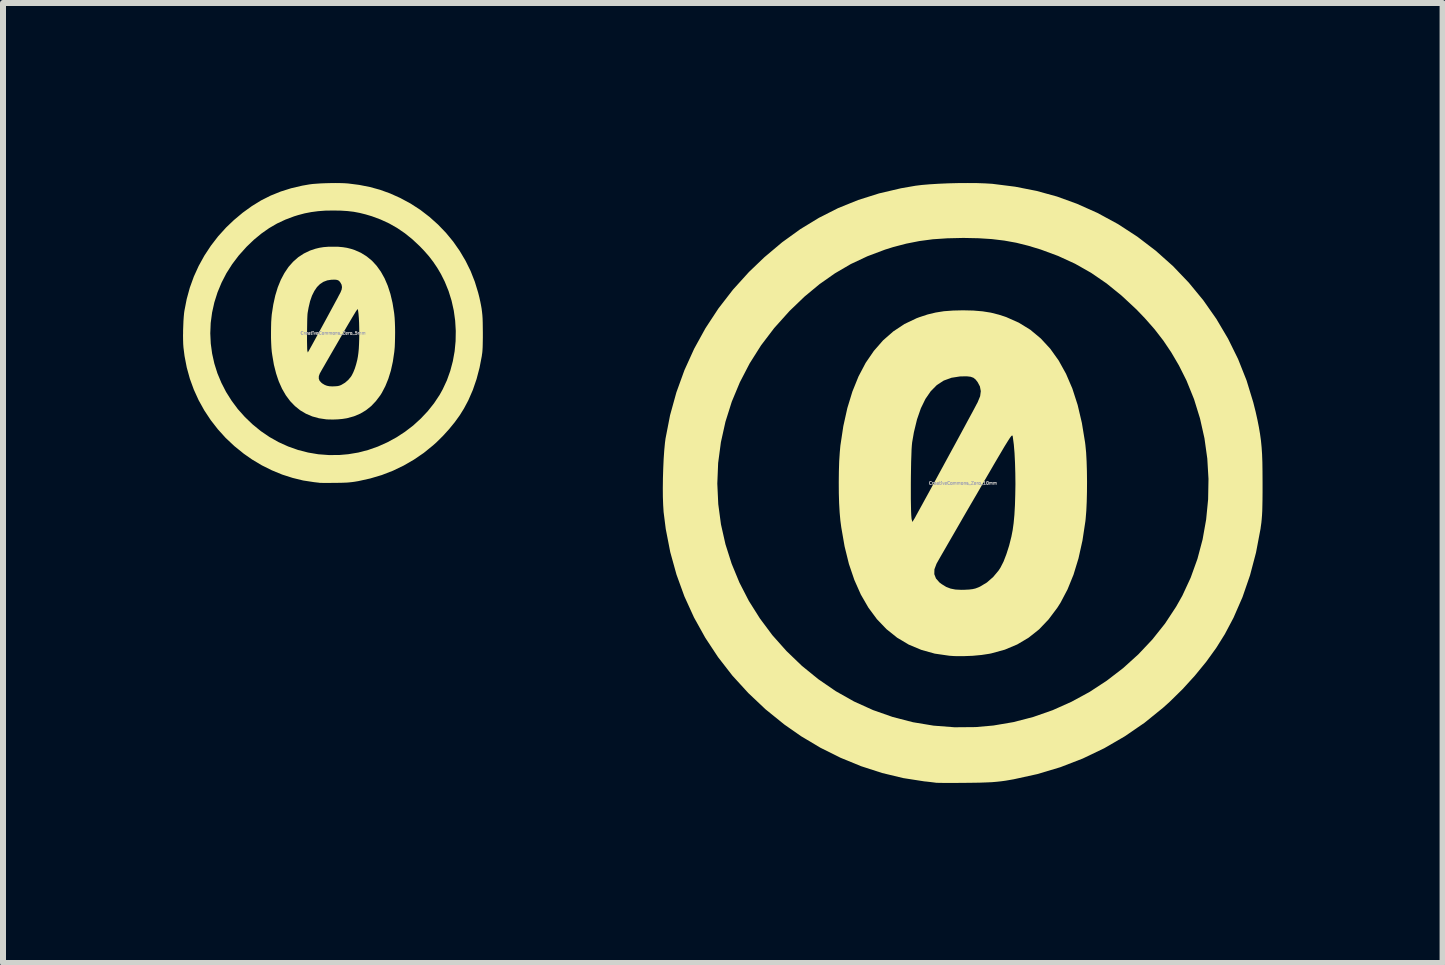
<source format=kicad_pcb>
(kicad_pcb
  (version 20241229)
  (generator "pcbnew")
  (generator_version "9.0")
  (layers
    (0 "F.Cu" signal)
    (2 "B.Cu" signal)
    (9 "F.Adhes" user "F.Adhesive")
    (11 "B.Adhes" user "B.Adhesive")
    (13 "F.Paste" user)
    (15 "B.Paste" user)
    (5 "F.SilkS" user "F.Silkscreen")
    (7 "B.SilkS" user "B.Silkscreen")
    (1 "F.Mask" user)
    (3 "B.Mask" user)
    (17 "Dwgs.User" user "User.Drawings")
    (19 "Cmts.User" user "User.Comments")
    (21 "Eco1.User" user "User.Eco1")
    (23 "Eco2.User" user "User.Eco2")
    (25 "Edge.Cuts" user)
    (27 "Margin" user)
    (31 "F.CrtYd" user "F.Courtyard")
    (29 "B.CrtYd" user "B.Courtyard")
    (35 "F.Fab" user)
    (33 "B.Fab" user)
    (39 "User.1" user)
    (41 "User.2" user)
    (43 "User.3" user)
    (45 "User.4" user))
  (footprint "CreativeCommons_Zero_5mm"
    (layer "F.Cu")
    (at 2.5 2.5)
    (property "Reference" "CreativeCommons_Zero_5mm" (at 0 0 0) (layer "F.Fab") (effects (font (size 0.05 0.05) (thickness 0.013))))
    (attr board_only exclude_from_pos_files exclude_from_bom)
    (fp_poly (pts (xy 0.087 -1.438) (xy 0.163 -1.431) (xy 0.233 -1.42) (xy 0.3 -1.403) (xy 0.361 -1.383) (xy 0.465 -1.337) (xy 0.561 -1.277) (xy 0.649 -1.205) (xy 0.727 -1.12) (xy 0.797 -1.022) (xy 0.859 -0.911) (xy 0.912 -0.787) (xy 0.956 -0.651) (xy 0.991 -0.502) (xy 1.017 -0.341) (xy 1.02 -0.316) (xy 1.026 -0.255) (xy 1.03 -0.182) (xy 1.033 -0.1) (xy 1.034 -0.015) (xy 1.033 0.072) (xy 1.031 0.155) (xy 1.028 0.232) (xy 1.022 0.297) (xy 1.02 0.316) (xy 0.996 0.478) (xy 0.963 0.627) (xy 0.921 0.762) (xy 0.871 0.885) (xy 0.813 0.996) (xy 0.786 1.039) (xy 0.713 1.135) (xy 0.634 1.218) (xy 0.547 1.287) (xy 0.453 1.343) (xy 0.349 1.387) (xy 0.236 1.418) (xy 0.221 1.421) (xy 0.156 1.431) (xy 0.081 1.438) (xy 0.004 1.441) (xy -0.07 1.44) (xy -0.113 1.438) (xy -0.234 1.42) (xy -0.347 1.389) (xy -0.452 1.344) (xy -0.548 1.287) (xy -0.636 1.216) (xy -0.716 1.133) (xy -0.787 1.037) (xy -0.85 0.928) (xy -0.904 0.807) (xy -0.921 0.758) (xy -0.238 0.758) (xy -0.225 0.794) (xy -0.195 0.827) (xy -0.176 0.842) (xy -0.139 0.864) (xy -0.103 0.878) (xy -0.063 0.886) (xy -0.014 0.889) (xy 0.012 0.888) (xy 0.052 0.886) (xy 0.08 0.883) (xy 0.105 0.877) (xy 0.129 0.868) (xy 0.143 0.861) (xy 0.2 0.827) (xy 0.253 0.781) (xy 0.298 0.727) (xy 0.313 0.703) (xy 0.338 0.653) (xy 0.363 0.591) (xy 0.385 0.52) (xy 0.404 0.445) (xy 0.414 0.391) (xy 0.422 0.333) (xy 0.429 0.263) (xy 0.433 0.183) (xy 0.436 0.097) (xy 0.437 0.008) (xy 0.436 -0.082) (xy 0.434 -0.169) (xy 0.43 -0.25) (xy 0.424 -0.322) (xy 0.416 -0.382) (xy 0.415 -0.387) (xy 0.414 -0.392) (xy 0.413 -0.396) (xy 0.41 -0.397) (xy 0.406 -0.395) (xy 0.4 -0.388) (xy 0.392 -0.377) (xy 0.38 -0.36) (xy 0.365 -0.335) (xy 0.346 -0.304) (xy 0.322 -0.264) (xy 0.293 -0.215) (xy 0.258 -0.156) (xy 0.217 -0.086) (xy 0.17 -0.004) (xy 0.115 0.09) (xy 0.102 0.113) (xy 0.053 0.198) (xy 0.006 0.279) (xy -0.038 0.355) (xy -0.079 0.426) (xy -0.116 0.49) (xy -0.148 0.546) (xy -0.176 0.594) (xy -0.197 0.631) (xy -0.212 0.658) (xy -0.22 0.672) (xy -0.221 0.674) (xy -0.237 0.718) (xy -0.238 0.758) (xy -0.921 0.758) (xy -0.949 0.673) (xy -0.986 0.527) (xy -1.013 0.368) (xy -1.021 0.313) (xy -1.027 0.246) (xy -1.031 0.168) (xy -1.034 0.082) (xy -1.034 0.071) (xy -0.434 0.071) (xy -0.434 0.131) (xy -0.433 0.185) (xy -0.432 0.231) (xy -0.431 0.268) (xy -0.429 0.292) (xy -0.427 0.3) (xy -0.421 0.324) (xy -0.407 0.3) (xy -0.401 0.29) (xy -0.388 0.266) (xy -0.369 0.232) (xy -0.344 0.187) (xy -0.315 0.134) (xy -0.281 0.072) (xy -0.245 0.005) (xy -0.205 -0.068) (xy -0.163 -0.145) (xy -0.146 -0.176) (xy -0.103 -0.255) (xy -0.062 -0.331) (xy -0.023 -0.403) (xy 0.013 -0.469) (xy 0.045 -0.529) (xy 0.073 -0.58) (xy 0.095 -0.623) (xy 0.112 -0.654) (xy 0.122 -0.673) (xy 0.124 -0.677) (xy 0.143 -0.724) (xy 0.149 -0.766) (xy 0.142 -0.806) (xy 0.123 -0.841) (xy 0.106 -0.863) (xy 0.087 -0.878) (xy 0.064 -0.886) (xy 0.033 -0.89) (xy -0.009 -0.889) (xy -0.025 -0.889) (xy -0.096 -0.878) (xy -0.16 -0.854) (xy -0.217 -0.817) (xy -0.268 -0.766) (xy -0.312 -0.701) (xy -0.351 -0.623) (xy -0.383 -0.531) (xy -0.408 -0.424) (xy -0.423 -0.34) (xy -0.426 -0.316) (xy -0.428 -0.279) (xy -0.43 -0.233) (xy -0.431 -0.179) (xy -0.432 -0.119) (xy -0.433 -0.056) (xy -0.434 0.008) (xy -0.434 0.071) (xy -1.034 0.071) (xy -1.034 -0.007) (xy -1.033 -0.096) (xy -1.031 -0.181) (xy -1.026 -0.258) (xy -1.021 -0.313) (xy -0.996 -0.475) (xy -0.963 -0.625) (xy -0.921 -0.763) (xy -0.87 -0.888) (xy -0.81 -1.001) (xy -0.742 -1.102) (xy -0.665 -1.189) (xy -0.58 -1.264) (xy -0.487 -1.325) (xy -0.385 -1.374) (xy -0.362 -1.382) (xy -0.293 -1.405) (xy -0.227 -1.421) (xy -0.158 -1.432) (xy -0.083 -1.438) (xy 0 -1.439)) (stroke (width 0) (type solid)) (fill yes) (layer "F.SilkS"))
    (fp_poly (pts (xy 0.118 -2.499) (xy 0.187 -2.497) (xy 0.245 -2.493) (xy 0.248 -2.493) (xy 0.435 -2.469) (xy 0.613 -2.434) (xy 0.784 -2.387) (xy 0.95 -2.327) (xy 1.115 -2.253) (xy 1.121 -2.25) (xy 1.292 -2.158) (xy 1.454 -2.053) (xy 1.606 -1.936) (xy 1.749 -1.808) (xy 1.881 -1.671) (xy 2.002 -1.524) (xy 2.111 -1.368) (xy 2.208 -1.204) (xy 2.292 -1.034) (xy 2.362 -0.856) (xy 2.418 -0.673) (xy 2.438 -0.594) (xy 2.453 -0.526) (xy 2.465 -0.466) (xy 2.475 -0.41) (xy 2.482 -0.356) (xy 2.488 -0.3) (xy 2.492 -0.24) (xy 2.494 -0.174) (xy 2.495 -0.098) (xy 2.496 -0.009) (xy 2.496 0) (xy 2.496 0.076) (xy 2.495 0.138) (xy 2.494 0.189) (xy 2.493 0.232) (xy 2.491 0.268) (xy 2.489 0.3) (xy 2.486 0.331) (xy 2.481 0.362) (xy 2.479 0.381) (xy 2.441 0.578) (xy 2.391 0.768) (xy 2.329 0.949) (xy 2.254 1.121) (xy 2.181 1.258) (xy 2.11 1.372) (xy 2.026 1.488) (xy 1.932 1.603) (xy 1.83 1.715) (xy 1.722 1.822) (xy 1.667 1.871) (xy 1.512 1.997) (xy 1.348 2.109) (xy 1.177 2.208) (xy 0.998 2.294) (xy 0.812 2.366) (xy 0.62 2.423) (xy 0.422 2.467) (xy 0.356 2.478) (xy 0.319 2.483) (xy 0.282 2.487) (xy 0.242 2.491) (xy 0.195 2.493) (xy 0.14 2.495) (xy 0.074 2.496) (xy 0.027 2.496) (xy -0.032 2.497) (xy -0.087 2.497) (xy -0.135 2.497) (xy -0.176 2.497) (xy -0.205 2.496) (xy -0.221 2.496) (xy -0.223 2.496) (xy -0.241 2.493) (xy -0.269 2.49) (xy -0.304 2.486) (xy -0.32 2.484) (xy -0.497 2.457) (xy -0.673 2.414) (xy -0.848 2.358) (xy -1.02 2.287) (xy -1.187 2.204) (xy -1.348 2.108) (xy -1.487 2.011) (xy -1.643 1.885) (xy -1.788 1.749) (xy -1.92 1.603) (xy -2.039 1.45) (xy -2.146 1.288) (xy -2.24 1.119) (xy -2.32 0.943) (xy -2.386 0.762) (xy -2.438 0.574) (xy -2.475 0.382) (xy -2.493 0.239) (xy -2.497 0.183) (xy -2.499 0.115) (xy -2.5 0.039) (xy -2.499 0.004) (xy -2.046 0.004) (xy -2.038 0.175) (xy -2.015 0.343) (xy -1.978 0.509) (xy -1.927 0.671) (xy -1.861 0.829) (xy -1.783 0.981) (xy -1.691 1.127) (xy -1.587 1.267) (xy -1.47 1.398) (xy -1.342 1.521) (xy -1.205 1.633) (xy -1.06 1.732) (xy -0.907 1.818) (xy -0.748 1.89) (xy -0.584 1.948) (xy -0.416 1.991) (xy -0.245 2.02) (xy -0.07 2.033) (xy 0.106 2.032) (xy 0.253 2.019) (xy 0.421 1.991) (xy 0.586 1.948) (xy 0.748 1.891) (xy 0.904 1.821) (xy 1.055 1.739) (xy 1.199 1.645) (xy 1.335 1.541) (xy 1.461 1.426) (xy 1.578 1.302) (xy 1.683 1.17) (xy 1.776 1.03) (xy 1.827 0.938) (xy 1.897 0.788) (xy 1.953 0.631) (xy 1.996 0.469) (xy 2.026 0.303) (xy 2.042 0.135) (xy 2.045 -0.035) (xy 2.035 -0.205) (xy 2.012 -0.373) (xy 1.975 -0.539) (xy 1.925 -0.7) (xy 1.862 -0.855) (xy 1.799 -0.981) (xy 1.736 -1.088) (xy 1.669 -1.187) (xy 1.597 -1.281) (xy 1.514 -1.375) (xy 1.446 -1.446) (xy 1.322 -1.562) (xy 1.197 -1.663) (xy 1.068 -1.751) (xy 0.934 -1.827) (xy 0.793 -1.892) (xy 0.648 -1.946) (xy 0.544 -1.977) (xy 0.444 -2.002) (xy 0.344 -2.021) (xy 0.241 -2.033) (xy 0.13 -2.04) (xy 0.009 -2.042) (xy 0 -2.042) (xy -0.131 -2.04) (xy -0.25 -2.031) (xy -0.363 -2.016) (xy -0.472 -1.995) (xy -0.581 -1.966) (xy -0.649 -1.945) (xy -0.795 -1.89) (xy -0.934 -1.825) (xy -1.066 -1.748) (xy -1.194 -1.658) (xy -1.319 -1.555) (xy -1.442 -1.437) (xy -1.45 -1.428) (xy -1.572 -1.292) (xy -1.681 -1.148) (xy -1.777 -0.997) (xy -1.858 -0.84) (xy -1.925 -0.679) (xy -1.978 -0.512) (xy -2.016 -0.341) (xy -2.039 -0.168) (xy -2.046 0.004) (xy -2.499 0.004) (xy -2.499 -0.041) (xy -2.496 -0.122) (xy -2.493 -0.201) (xy -2.488 -0.273) (xy -2.482 -0.336) (xy -2.477 -0.371) (xy -2.439 -0.566) (xy -2.387 -0.756) (xy -2.32 -0.941) (xy -2.239 -1.119) (xy -2.144 -1.291) (xy -2.036 -1.455) (xy -1.916 -1.611) (xy -1.782 -1.759) (xy -1.653 -1.882) (xy -1.505 -2.006) (xy -1.354 -2.115) (xy -1.2 -2.21) (xy -1.039 -2.291) (xy -0.873 -2.358) (xy -0.699 -2.413) (xy -0.515 -2.456) (xy -0.395 -2.477) (xy -0.342 -2.484) (xy -0.276 -2.489) (xy -0.202 -2.494) (xy -0.122 -2.497) (xy -0.04 -2.499) (xy 0.041 -2.5)) (stroke (width 0) (type solid)) (fill yes) (layer "F.SilkS")))
  (footprint "CreativeCommons_Zero_10mm"
    (layer "F.Cu")
    (at 12.996 5.001)
    (property "Reference" "CreativeCommons_Zero_10mm" (at 0 0 0) (layer "F.Fab") (effects (font (size 0.05 0.05) (thickness 0.013))))
    (attr board_only exclude_from_pos_files exclude_from_bom)
    (fp_poly (pts (xy 0.174 -2.876) (xy 0.327 -2.863) (xy 0.466 -2.841) (xy 0.6 -2.807) (xy 0.722 -2.767) (xy 0.931 -2.674) (xy 1.123 -2.556) (xy 1.297 -2.411) (xy 1.455 -2.24) (xy 1.595 -2.044) (xy 1.718 -1.822) (xy 1.824 -1.575) (xy 1.912 -1.302) (xy 1.982 -1.004) (xy 2.035 -0.681) (xy 2.041 -0.633) (xy 2.053 -0.51) (xy 2.061 -0.363) (xy 2.066 -0.201) (xy 2.068 -0.029) (xy 2.067 0.144) (xy 2.063 0.31) (xy 2.056 0.463) (xy 2.045 0.595) (xy 2.041 0.633) (xy 1.992 0.956) (xy 1.926 1.253) (xy 1.843 1.525) (xy 1.743 1.771) (xy 1.626 1.993) (xy 1.572 2.078) (xy 1.427 2.271) (xy 1.269 2.437) (xy 1.095 2.575) (xy 0.905 2.688) (xy 0.698 2.775) (xy 0.472 2.837) (xy 0.442 2.843) (xy 0.312 2.863) (xy 0.163 2.877) (xy 0.008 2.883) (xy -0.141 2.882) (xy -0.227 2.876) (xy -0.469 2.841) (xy -0.694 2.778) (xy -0.904 2.69) (xy -1.097 2.575) (xy -1.273 2.434) (xy -1.433 2.267) (xy -1.575 2.075) (xy -1.701 1.857) (xy -1.809 1.614) (xy -1.842 1.517) (xy -0.477 1.517) (xy -0.449 1.589) (xy -0.391 1.655) (xy -0.352 1.684) (xy -0.279 1.729) (xy -0.206 1.757) (xy -0.126 1.773) (xy -0.028 1.778) (xy 0.025 1.777) (xy 0.103 1.773) (xy 0.161 1.766) (xy 0.209 1.755) (xy 0.259 1.736) (xy 0.287 1.723) (xy 0.4 1.655) (xy 0.505 1.563) (xy 0.595 1.455) (xy 0.626 1.407) (xy 0.677 1.307) (xy 0.725 1.182) (xy 0.77 1.041) (xy 0.808 0.89) (xy 0.829 0.782) (xy 0.845 0.666) (xy 0.858 0.525) (xy 0.867 0.366) (xy 0.872 0.194) (xy 0.875 0.015) (xy 0.873 -0.164) (xy 0.868 -0.338) (xy 0.86 -0.5) (xy 0.848 -0.644) (xy 0.832 -0.764) (xy 0.831 -0.773) (xy 0.829 -0.784) (xy 0.825 -0.792) (xy 0.82 -0.794) (xy 0.812 -0.79) (xy 0.8 -0.777) (xy 0.783 -0.754) (xy 0.76 -0.719) (xy 0.73 -0.671) (xy 0.691 -0.608) (xy 0.644 -0.528) (xy 0.586 -0.43) (xy 0.516 -0.311) (xy 0.435 -0.171) (xy 0.34 -0.008) (xy 0.231 0.181) (xy 0.204 0.227) (xy 0.106 0.395) (xy 0.012 0.557) (xy -0.076 0.71) (xy -0.158 0.852) (xy -0.232 0.98) (xy -0.297 1.093) (xy -0.352 1.188) (xy -0.395 1.263) (xy -0.425 1.316) (xy -0.441 1.345) (xy -0.442 1.348) (xy -0.475 1.436) (xy -0.477 1.517) (xy -1.842 1.517) (xy -1.9 1.346) (xy -1.972 1.054) (xy -2.027 0.737) (xy -2.042 0.625) (xy -2.054 0.492) (xy -2.063 0.336) (xy -2.068 0.164) (xy -2.068 0.142) (xy -0.868 0.142) (xy -0.868 0.261) (xy -0.866 0.37) (xy -0.864 0.463) (xy -0.861 0.536) (xy -0.857 0.585) (xy -0.855 0.601) (xy -0.842 0.647) (xy -0.814 0.601) (xy -0.801 0.58) (xy -0.776 0.533) (xy -0.738 0.464) (xy -0.689 0.375) (xy -0.63 0.267) (xy -0.563 0.145) (xy -0.489 0.009) (xy -0.41 -0.137) (xy -0.326 -0.291) (xy -0.293 -0.352) (xy -0.207 -0.51) (xy -0.124 -0.662) (xy -0.046 -0.806) (xy 0.026 -0.939) (xy 0.09 -1.058) (xy 0.146 -1.161) (xy 0.191 -1.245) (xy 0.224 -1.308) (xy 0.245 -1.347) (xy 0.248 -1.354) (xy 0.287 -1.449) (xy 0.298 -1.533) (xy 0.283 -1.612) (xy 0.246 -1.682) (xy 0.212 -1.726) (xy 0.175 -1.756) (xy 0.128 -1.773) (xy 0.066 -1.78) (xy -0.019 -1.779) (xy -0.05 -1.778) (xy -0.191 -1.756) (xy -0.32 -1.709) (xy -0.435 -1.634) (xy -0.536 -1.532) (xy -0.625 -1.403) (xy -0.701 -1.247) (xy -0.765 -1.062) (xy -0.817 -0.848) (xy -0.846 -0.68) (xy -0.851 -0.631) (xy -0.856 -0.559) (xy -0.859 -0.466) (xy -0.863 -0.358) (xy -0.865 -0.239) (xy -0.867 -0.113) (xy -0.868 0.016) (xy -0.868 0.142) (xy -2.068 0.142) (xy -2.069 -0.015) (xy -2.067 -0.193) (xy -2.062 -0.362) (xy -2.052 -0.515) (xy -2.042 -0.625) (xy -1.993 -0.95) (xy -1.926 -1.251) (xy -1.842 -1.526) (xy -1.74 -1.778) (xy -1.621 -2.004) (xy -1.484 -2.204) (xy -1.331 -2.379) (xy -1.161 -2.528) (xy -0.974 -2.652) (xy -0.77 -2.749) (xy -0.724 -2.766) (xy -0.587 -2.811) (xy -0.454 -2.843) (xy -0.316 -2.865) (xy -0.165 -2.876) (xy 0 -2.88)) (stroke (width 0) (type solid)) (fill yes) (layer "F.SilkS"))
    (fp_poly (pts (xy 0.235 -5) (xy 0.373 -4.995) (xy 0.489 -4.988) (xy 0.497 -4.987) (xy 0.87 -4.94) (xy 1.226 -4.87) (xy 1.568 -4.776) (xy 1.901 -4.655) (xy 2.23 -4.508) (xy 2.243 -4.502) (xy 2.584 -4.317) (xy 2.908 -4.106) (xy 3.213 -3.873) (xy 3.499 -3.618) (xy 3.763 -3.342) (xy 4.005 -3.048) (xy 4.223 -2.737) (xy 4.417 -2.409) (xy 4.585 -2.068) (xy 4.726 -1.713) (xy 4.838 -1.347) (xy 4.878 -1.188) (xy 4.908 -1.053) (xy 4.932 -0.932) (xy 4.951 -0.82) (xy 4.966 -0.712) (xy 4.977 -0.6) (xy 4.985 -0.481) (xy 4.99 -0.348) (xy 4.992 -0.196) (xy 4.993 -0.018) (xy 4.993 0) (xy 4.993 0.151) (xy 4.992 0.276) (xy 4.99 0.378) (xy 4.988 0.463) (xy 4.984 0.536) (xy 4.979 0.6) (xy 4.973 0.661) (xy 4.964 0.723) (xy 4.959 0.762) (xy 4.884 1.157) (xy 4.784 1.536) (xy 4.659 1.899) (xy 4.509 2.243) (xy 4.364 2.517) (xy 4.222 2.744) (xy 4.054 2.977) (xy 3.865 3.208) (xy 3.661 3.432) (xy 3.445 3.644) (xy 3.335 3.743) (xy 3.025 3.994) (xy 2.697 4.219) (xy 2.354 4.418) (xy 1.997 4.589) (xy 1.625 4.733) (xy 1.241 4.848) (xy 0.845 4.935) (xy 0.712 4.958) (xy 0.639 4.968) (xy 0.565 4.976) (xy 0.484 4.983) (xy 0.391 4.987) (xy 0.28 4.991) (xy 0.147 4.993) (xy 0.055 4.994) (xy -0.064 4.995) (xy -0.174 4.996) (xy -0.271 4.996) (xy -0.351 4.995) (xy -0.41 4.994) (xy -0.443 4.993) (xy -0.445 4.993) (xy -0.482 4.988) (xy -0.539 4.981) (xy -0.608 4.973) (xy -0.641 4.97) (xy -0.994 4.915) (xy -1.347 4.83) (xy -1.696 4.717) (xy -2.04 4.576) (xy -2.375 4.409) (xy -2.697 4.217) (xy -2.975 4.023) (xy -3.288 3.77) (xy -3.576 3.498) (xy -3.841 3.208) (xy -4.08 2.9) (xy -4.293 2.577) (xy -4.481 2.239) (xy -4.641 1.888) (xy -4.773 1.524) (xy -4.877 1.149) (xy -4.952 0.764) (xy -4.988 0.479) (xy -4.995 0.366) (xy -5 0.23) (xy -5.001 0.079) (xy -5 0.008) (xy -4.093 0.008) (xy -4.077 0.35) (xy -4.032 0.687) (xy -3.957 1.019) (xy -3.854 1.343) (xy -3.724 1.658) (xy -3.567 1.963) (xy -3.383 2.255) (xy -3.175 2.534) (xy -2.941 2.797) (xy -2.684 3.044) (xy -2.411 3.266) (xy -2.12 3.466) (xy -1.815 3.638) (xy -1.497 3.782) (xy -1.169 3.897) (xy -0.833 3.984) (xy -0.489 4.041) (xy -0.14 4.068) (xy 0.212 4.065) (xy 0.507 4.039) (xy 0.842 3.982) (xy 1.173 3.896) (xy 1.496 3.783) (xy 1.809 3.643) (xy 2.111 3.479) (xy 2.398 3.291) (xy 2.67 3.082) (xy 2.923 2.853) (xy 3.156 2.606) (xy 3.367 2.341) (xy 3.552 2.06) (xy 3.656 1.876) (xy 3.795 1.576) (xy 3.908 1.262) (xy 3.994 0.938) (xy 4.053 0.606) (xy 4.086 0.269) (xy 4.092 -0.07) (xy 4.072 -0.41) (xy 4.025 -0.747) (xy 3.951 -1.077) (xy 3.851 -1.4) (xy 3.725 -1.711) (xy 3.599 -1.962) (xy 3.473 -2.177) (xy 3.34 -2.375) (xy 3.194 -2.564) (xy 3.03 -2.75) (xy 2.893 -2.893) (xy 2.645 -3.124) (xy 2.395 -3.327) (xy 2.137 -3.504) (xy 1.869 -3.656) (xy 1.586 -3.786) (xy 1.297 -3.893) (xy 1.089 -3.956) (xy 0.889 -4.006) (xy 0.689 -4.042) (xy 0.482 -4.067) (xy 0.261 -4.081) (xy 0.017 -4.086) (xy 0 -4.086) (xy -0.261 -4.08) (xy -0.501 -4.064) (xy -0.726 -4.034) (xy -0.944 -3.991) (xy -1.162 -3.934) (xy -1.299 -3.891) (xy -1.591 -3.781) (xy -1.868 -3.651) (xy -2.133 -3.496) (xy -2.388 -3.317) (xy -2.638 -3.11) (xy -2.884 -2.874) (xy -2.9 -2.857) (xy -3.145 -2.584) (xy -3.364 -2.296) (xy -3.554 -1.995) (xy -3.717 -1.681) (xy -3.852 -1.357) (xy -3.957 -1.024) (xy -4.033 -0.682) (xy -4.079 -0.336) (xy -4.093 0.008) (xy -5 0.008) (xy -4.999 -0.082) (xy -4.994 -0.245) (xy -4.987 -0.402) (xy -4.977 -0.547) (xy -4.965 -0.673) (xy -4.956 -0.742) (xy -4.88 -1.132) (xy -4.775 -1.512) (xy -4.641 -1.882) (xy -4.479 -2.239) (xy -4.29 -2.582) (xy -4.074 -2.911) (xy -3.832 -3.224) (xy -3.565 -3.519) (xy -3.308 -3.765) (xy -3.012 -4.014) (xy -2.71 -4.232) (xy -2.4 -4.421) (xy -2.08 -4.583) (xy -1.746 -4.718) (xy -1.398 -4.828) (xy -1.031 -4.914) (xy -0.789 -4.956) (xy -0.683 -4.969) (xy -0.553 -4.98) (xy -0.404 -4.989) (xy -0.244 -4.996) (xy -0.08 -5) (xy 0.082 -5.001)) (stroke (width 0) (type solid)) (fill yes) (layer "F.SilkS")))
  (gr_rect
    (start -3 -3)
    (end 20.989 12.997)
    (stroke (width 0.1) (type default))
    (fill no)
    (layer "Edge.Cuts")))
</source>
